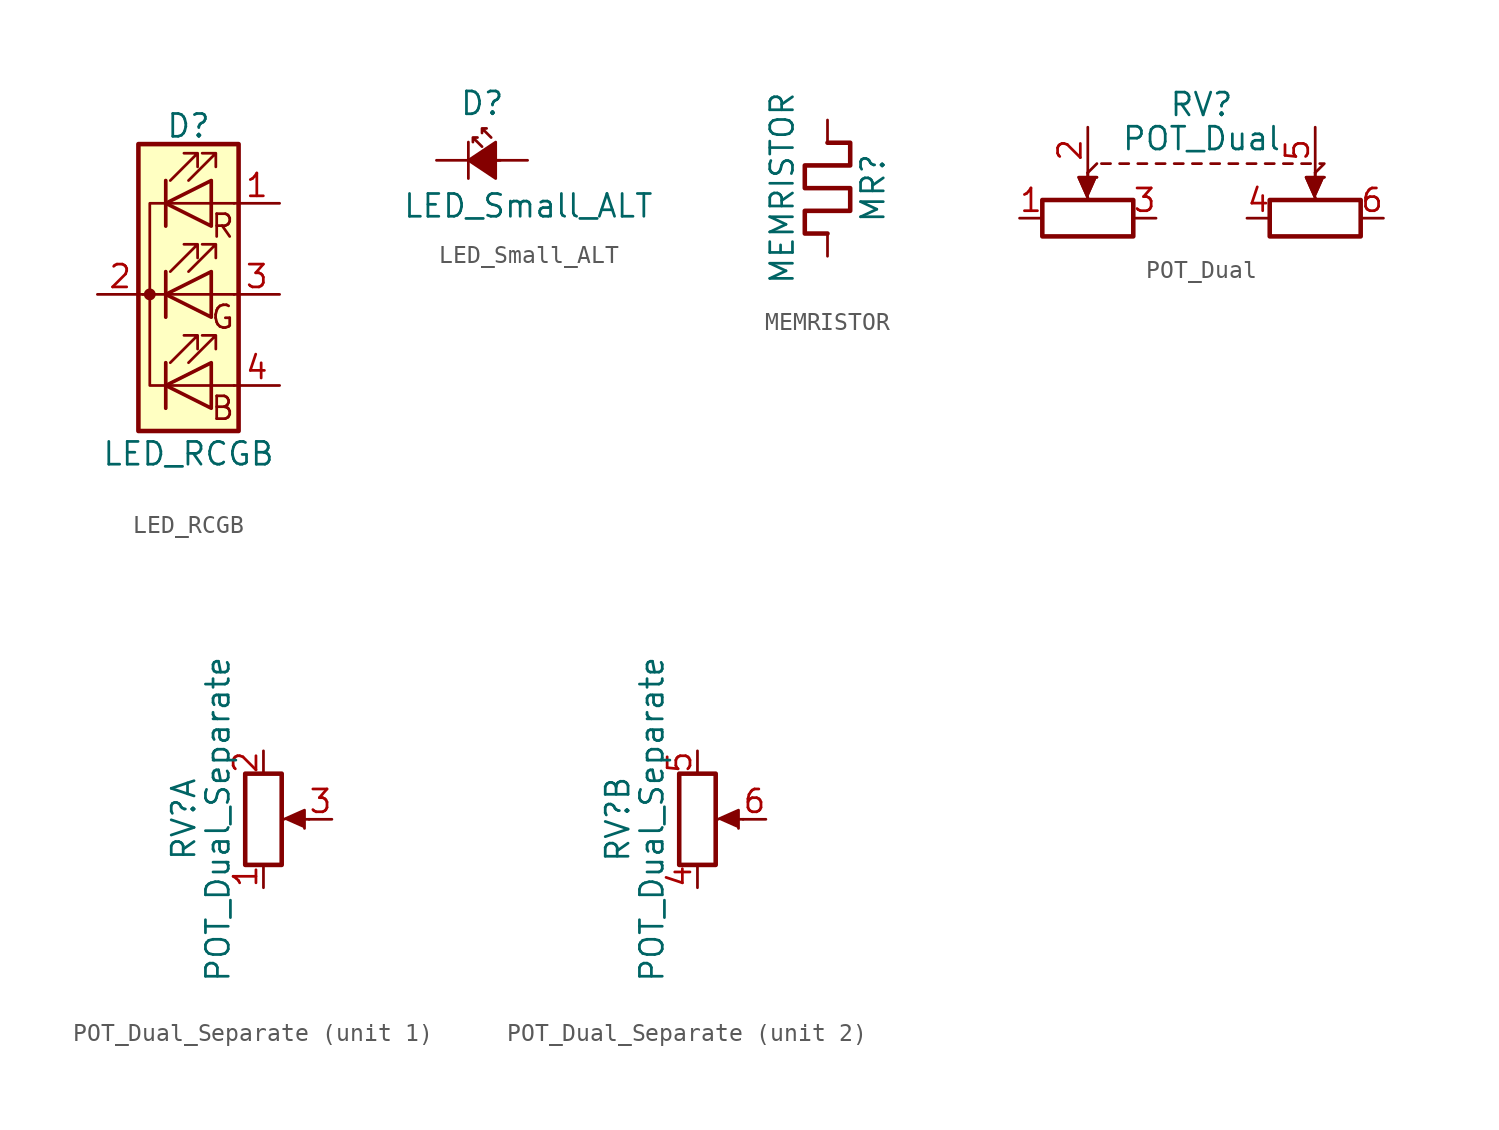
<source format=kicad_sym>
(kicad_symbol_lib
  (version 20211014)
  (generator kicad_symbol_editor)
  (symbol "LED_RCGB"
    (pin_names
      (offset 0) hide)
    (property "Reference" "D"
      (at 0 9.398 0)
      (effects (font (size 1.27 1.27))))
    (property "Value" "LED_RCGB"
      (at 0 -8.89 0)
      (effects (font (size 1.27 1.27))))
    (symbol "LED_RCGB_0_0"
      (text "B" (at 1.905 -6.35 0) (effects (font (size 1.27 1.27))))
      (text "G" (at 1.905 -1.27 0) (effects (font (size 1.27 1.27))))
      (text "R" (at 1.905 3.81 0) (effects (font (size 1.27 1.27)))))
    (symbol "LED_RCGB_0_1"
      (circle (center -2.159 0) (radius 0.254) (stroke (width 0) (type default) (color 0 0 0 0)) (fill (type outline)))
      (polyline (pts (xy -1.27 -3.81) (xy -1.27 -6.35)) (stroke (width 0) (type default) (color 0 0 0 0)) (fill (type none)))
      (polyline (pts (xy -1.27 -3.81) (xy -1.27 -6.35)) (stroke (width 0.203) (type default) (color 0 0 0 0)) (fill (type none)))
      (polyline (pts (xy -1.27 0) (xy -2.54 0)) (stroke (width 0) (type default) (color 0 0 0 0)) (fill (type none)))
      (polyline (pts (xy -1.27 0) (xy 1.27 0)) (stroke (width 0) (type default) (color 0 0 0 0)) (fill (type none)))
      (polyline (pts (xy -1.27 1.27) (xy -1.27 -1.27)) (stroke (width 0.203) (type default) (color 0 0 0 0)) (fill (type none)))
      (polyline (pts (xy -1.27 5.08) (xy 1.27 5.08)) (stroke (width 0) (type default) (color 0 0 0 0)) (fill (type none)))
      (polyline (pts (xy -1.27 6.35) (xy -1.27 3.81)) (stroke (width 0.203) (type default) (color 0 0 0 0)) (fill (type none)))
      (polyline (pts (xy 1.27 -5.08) (xy -1.27 -5.08)) (stroke (width 0) (type default) (color 0 0 0 0)) (fill (type none)))
      (polyline (pts (xy 1.27 -5.08) (xy 2.54 -5.08)) (stroke (width 0) (type default) (color 0 0 0 0)) (fill (type none)))
      (polyline (pts (xy 1.27 0) (xy 2.54 0)) (stroke (width 0) (type default) (color 0 0 0 0)) (fill (type none)))
      (polyline (pts (xy 1.27 5.08) (xy 2.54 5.08)) (stroke (width 0) (type default) (color 0 0 0 0)) (fill (type none)))
      (polyline (pts (xy -1.27 1.27) (xy -1.27 -1.27) (xy -1.27 -1.27)) (stroke (width 0) (type default) (color 0 0 0 0)) (fill (type none)))
      (polyline (pts (xy -1.27 6.35) (xy -1.27 3.81) (xy -1.27 3.81)) (stroke (width 0) (type default) (color 0 0 0 0)) (fill (type none)))
      (polyline (pts (xy -1.27 5.08) (xy -2.159 5.08) (xy -2.159 -5.08) (xy -1.016 -5.08)) (stroke (width 0) (type default) (color 0 0 0 0)) (fill (type none)))
      (polyline (pts (xy 1.27 -3.81) (xy 1.27 -6.35) (xy -1.27 -5.08) (xy 1.27 -3.81)) (stroke (width 0.203) (type default) (color 0 0 0 0)) (fill (type none)))
      (polyline (pts (xy 1.27 1.27) (xy 1.27 -1.27) (xy -1.27 0) (xy 1.27 1.27)) (stroke (width 0.203) (type default) (color 0 0 0 0)) (fill (type none)))
      (polyline (pts (xy 1.27 6.35) (xy 1.27 3.81) (xy -1.27 5.08) (xy 1.27 6.35)) (stroke (width 0.203) (type default) (color 0 0 0 0)) (fill (type none)))
      (polyline (pts (xy -1.016 -3.81) (xy 0.508 -2.286) (xy -0.254 -2.286) (xy 0.508 -2.286) (xy 0.508 -3.048)) (stroke (width 0) (type default) (color 0 0 0 0)) (fill (type none)))
      (polyline (pts (xy -1.016 1.27) (xy 0.508 2.794) (xy -0.254 2.794) (xy 0.508 2.794) (xy 0.508 2.032)) (stroke (width 0) (type default) (color 0 0 0 0)) (fill (type none)))
      (polyline (pts (xy -1.016 6.35) (xy 0.508 7.874) (xy -0.254 7.874) (xy 0.508 7.874) (xy 0.508 7.112)) (stroke (width 0) (type default) (color 0 0 0 0)) (fill (type none)))
      (polyline (pts (xy 0 -3.81) (xy 1.524 -2.286) (xy 0.762 -2.286) (xy 1.524 -2.286) (xy 1.524 -3.048)) (stroke (width 0) (type default) (color 0 0 0 0)) (fill (type none)))
      (polyline (pts (xy 0 1.27) (xy 1.524 2.794) (xy 0.762 2.794) (xy 1.524 2.794) (xy 1.524 2.032)) (stroke (width 0) (type default) (color 0 0 0 0)) (fill (type none)))
      (polyline (pts (xy 0 6.35) (xy 1.524 7.874) (xy 0.762 7.874) (xy 1.524 7.874) (xy 1.524 7.112)) (stroke (width 0) (type default) (color 0 0 0 0)) (fill (type none)))
      (rectangle (start 1.27 -1.27) (end 1.27 1.27) (stroke (width 0) (type default) (color 0 0 0 0)) (fill (type none)))
      (rectangle (start 1.27 1.27) (end 1.27 1.27) (stroke (width 0) (type default) (color 0 0 0 0)) (fill (type none)))
      (rectangle (start 1.27 3.81) (end 1.27 6.35) (stroke (width 0) (type default) (color 0 0 0 0)) (fill (type none)))
      (rectangle (start 1.27 6.35) (end 1.27 6.35) (stroke (width 0) (type default) (color 0 0 0 0)) (fill (type none)))
      (rectangle (start 2.794 8.382) (end -2.794 -7.62) (stroke (width 0.254) (type default) (color 0 0 0 0)) (fill (type background))))
    (symbol "LED_RCGB_1_1"
      (pin passive line (at 5.08 5.08 180) (length 2.54) (name "RA" (effects (font (size 1.27 1.27)))) (number "1" (effects (font (size 1.27 1.27)))))
      (pin passive line (at -5.08 0 0) (length 2.54) (name "K" (effects (font (size 1.27 1.27)))) (number "2" (effects (font (size 1.27 1.27)))))
      (pin passive line (at 5.08 0 180) (length 2.54) (name "GA" (effects (font (size 1.27 1.27)))) (number "3" (effects (font (size 1.27 1.27)))))
      (pin passive line (at 5.08 -5.08 180) (length 2.54) (name "BA" (effects (font (size 1.27 1.27)))) (number "4" (effects (font (size 1.27 1.27)))))))
  (symbol "LED_Small_ALT"
    (pin_numbers hide)
    (pin_names
      (offset 0.254) hide)
    (property "Reference" "D"
      (at -1.27 3.175 0)
      (effects (font (size 1.27 1.27)) (justify left)))
    (property "Value" "LED_Small_ALT"
      (at -4.445 -2.54 0)
      (effects (font (size 1.27 1.27)) (justify left)))
    (symbol "LED_Small_ALT_0_1"
      (polyline (pts (xy -0.762 -1.016) (xy -0.762 1.016)) (stroke (width 0) (type default) (color 0 0 0 0)) (fill (type none)))
      (polyline (pts (xy 1.016 0) (xy -0.762 0)) (stroke (width 0) (type default) (color 0 0 0 0)) (fill (type none)))
      (polyline (pts (xy 0.762 -1.016) (xy -0.762 0) (xy 0.762 1.016) (xy 0.762 -1.016)) (stroke (width 0) (type default) (color 0 0 0 0)) (fill (type outline)))
      (polyline (pts (xy 0 0.762) (xy -0.508 1.27) (xy -0.254 1.27) (xy -0.508 1.27) (xy -0.508 1.016)) (stroke (width 0) (type default) (color 0 0 0 0)) (fill (type none)))
      (polyline (pts (xy 0.508 1.27) (xy 0 1.778) (xy 0.254 1.778) (xy 0 1.778) (xy 0 1.524)) (stroke (width 0) (type default) (color 0 0 0 0)) (fill (type none))))
    (symbol "LED_Small_ALT_1_1"
      (pin passive line (at -2.54 0 0) (length 1.778) (name "K" (effects (font (size 1.27 1.27)))) (number "1" (effects (font (size 1.27 1.27)))))
      (pin passive line (at 2.54 0 180) (length 1.778) (name "A" (effects (font (size 1.27 1.27)))) (number "2" (effects (font (size 1.27 1.27)))))))
  (symbol "MEMRISTOR"
    (pin_numbers hide)
    (pin_names
      (offset 0))
    (property "Reference" "MR"
      (at 2.54 0 90)
      (effects (font (size 1.27 1.27))))
    (property "Value" "MEMRISTOR"
      (at -2.54 0 90)
      (effects (font (size 1.27 1.27))))
    (symbol "MEMRISTOR_0_0"
      (polyline (pts (xy 0 2.54) (xy 1.27 2.54) (xy 1.27 1.27) (xy -1.27 1.27) (xy -1.27 0) (xy 1.27 0) (xy 1.27 -1.27) (xy -1.27 -1.27) (xy -1.27 -2.54) (xy 0 -2.54)) (stroke (width 0.254) (type default) (color 0 0 0 0)) (fill (type none))))
    (symbol "MEMRISTOR_1_1"
      (pin passive line (at 0 3.81 270) (length 1.27) (name "~" (effects (font (size 1.27 1.27)))) (number "1" (effects (font (size 1.27 1.27)))))
      (pin passive line (at 0 -3.81 90) (length 1.27) (name "~" (effects (font (size 1.27 1.27)))) (number "2" (effects (font (size 1.27 1.27)))))))
  (symbol "POT_Dual"
    (pin_names
      (offset 1.016) hide)
    (property "Reference" "RV"
      (at 0 3.81 0)
      (effects (font (size 1.27 1.27))))
    (property "Value" "POT_Dual"
      (at 0 1.905 0)
      (effects (font (size 1.27 1.27))))
    (symbol "POT_Dual_0_1"
      (rectangle (start -8.89 -1.524) (end -3.81 -3.556) (stroke (width 0.254) (type default) (color 0 0 0 0)) (fill (type none)))
      (polyline (pts (xy -6.35 0) (xy -6.35 -1.016)) (stroke (width 0) (type default) (color 0 0 0 0)) (fill (type none)))
      (polyline (pts (xy -6.35 0) (xy -6.35 -1.016)) (stroke (width 0) (type default) (color 0 0 0 0)) (fill (type none)))
      (polyline (pts (xy -6.35 0) (xy -5.842 0.508)) (stroke (width 0) (type default) (color 0 0 0 0)) (fill (type none)))
      (polyline (pts (xy -5.588 0.508) (xy -5.08 0.508)) (stroke (width 0) (type default) (color 0 0 0 0)) (fill (type none)))
      (polyline (pts (xy -4.572 0.508) (xy -4.064 0.508)) (stroke (width 0) (type default) (color 0 0 0 0)) (fill (type none)))
      (polyline (pts (xy -3.556 0.508) (xy -3.048 0.508)) (stroke (width 0) (type default) (color 0 0 0 0)) (fill (type none)))
      (polyline (pts (xy -2.54 0.508) (xy -2.032 0.508)) (stroke (width 0) (type default) (color 0 0 0 0)) (fill (type none)))
      (polyline (pts (xy -1.524 0.508) (xy -1.016 0.508)) (stroke (width 0) (type default) (color 0 0 0 0)) (fill (type none)))
      (polyline (pts (xy -0.508 0.508) (xy 0 0.508)) (stroke (width 0) (type default) (color 0 0 0 0)) (fill (type none)))
      (polyline (pts (xy 0.508 0.508) (xy 1.016 0.508)) (stroke (width 0) (type default) (color 0 0 0 0)) (fill (type none)))
      (polyline (pts (xy 1.524 0.508) (xy 2.032 0.508)) (stroke (width 0) (type default) (color 0 0 0 0)) (fill (type none)))
      (polyline (pts (xy 2.54 0.508) (xy 3.048 0.508)) (stroke (width 0) (type default) (color 0 0 0 0)) (fill (type none)))
      (polyline (pts (xy 3.556 0.508) (xy 4.064 0.508)) (stroke (width 0) (type default) (color 0 0 0 0)) (fill (type none)))
      (polyline (pts (xy 4.572 0.508) (xy 5.08 0.508)) (stroke (width 0) (type default) (color 0 0 0 0)) (fill (type none)))
      (polyline (pts (xy 5.588 0.508) (xy 6.096 0.508)) (stroke (width 0) (type default) (color 0 0 0 0)) (fill (type none)))
      (polyline (pts (xy 6.35 0) (xy 6.35 -1.016)) (stroke (width 0) (type default) (color 0 0 0 0)) (fill (type none)))
      (polyline (pts (xy 6.35 0) (xy 6.35 -1.016)) (stroke (width 0) (type default) (color 0 0 0 0)) (fill (type none)))
      (polyline (pts (xy -6.35 -1.397) (xy -6.858 -0.254) (xy -5.842 -0.254)) (stroke (width 0) (type default) (color 0 0 0 0)) (fill (type outline)))
      (polyline (pts (xy -6.35 -1.397) (xy -6.858 -0.254) (xy -5.842 -0.254)) (stroke (width 0) (type default) (color 0 0 0 0)) (fill (type outline)))
      (polyline (pts (xy 6.35 -1.397) (xy 5.842 -0.254) (xy 6.858 -0.254)) (stroke (width 0) (type default) (color 0 0 0 0)) (fill (type outline)))
      (polyline (pts (xy 6.35 -1.397) (xy 5.842 -0.254) (xy 6.858 -0.254)) (stroke (width 0) (type default) (color 0 0 0 0)) (fill (type outline)))
      (polyline (pts (xy 6.604 0.508) (xy 6.858 0.508) (xy 6.35 0)) (stroke (width 0) (type default) (color 0 0 0 0)) (fill (type none)))
      (rectangle (start 3.81 -1.524) (end 8.89 -3.556) (stroke (width 0.254) (type default) (color 0 0 0 0)) (fill (type none))))
    (symbol "POT_Dual_1_1"
      (pin passive line (at -10.16 -2.54 0) (length 1.27) (name "1" (effects (font (size 1.27 1.27)))) (number "1" (effects (font (size 1.27 1.27)))))
      (pin passive line (at -6.35 2.54 270) (length 2.54) (name "2" (effects (font (size 1.27 1.27)))) (number "2" (effects (font (size 1.27 1.27)))))
      (pin passive line (at -2.54 -2.54 180) (length 1.27) (name "3" (effects (font (size 1.27 1.27)))) (number "3" (effects (font (size 1.27 1.27)))))
      (pin passive line (at 2.54 -2.54 0) (length 1.27) (name "4" (effects (font (size 1.27 1.27)))) (number "4" (effects (font (size 1.27 1.27)))))
      (pin passive line (at 6.35 2.54 270) (length 2.54) (name "5" (effects (font (size 1.27 1.27)))) (number "5" (effects (font (size 1.27 1.27)))))
      (pin passive line (at 10.16 -2.54 180) (length 1.27) (name "6" (effects (font (size 1.27 1.27)))) (number "6" (effects (font (size 1.27 1.27)))))))
  (symbol "POT_Dual_Separate"
    (pin_names
      (offset 1.016) hide)
    (property "Reference" "RV"
      (at -4.445 0 90)
      (effects (font (size 1.27 1.27))))
    (property "Value" "POT_Dual_Separate"
      (at -2.54 0 90)
      (effects (font (size 1.27 1.27))))
    (symbol "POT_Dual_Separate_0_1"
      (polyline (pts (xy 2.54 0) (xy 1.524 0)) (stroke (width 0) (type default) (color 0 0 0 0)) (fill (type none)))
      (polyline (pts (xy 1.143 0) (xy 2.286 0.508) (xy 2.286 -0.508)) (stroke (width 0) (type default) (color 0 0 0 0)) (fill (type outline)))
      (rectangle (start 1.016 2.54) (end -1.016 -2.54) (stroke (width 0.254) (type default) (color 0 0 0 0)) (fill (type none))))
    (symbol "POT_Dual_Separate_1_1"
      (pin passive line (at 0 -3.81 90) (length 1.27) (name "4" (effects (font (size 1.27 1.27)))) (number "1" (effects (font (size 1.27 1.27)))))
      (pin passive line (at 0 3.81 270) (length 1.27) (name "5" (effects (font (size 1.27 1.27)))) (number "2" (effects (font (size 1.27 1.27)))))
      (pin passive line (at 3.81 0 180) (length 1.27) (name "6" (effects (font (size 1.27 1.27)))) (number "3" (effects (font (size 1.27 1.27))))))
    (symbol "POT_Dual_Separate_2_1"
      (pin passive line (at 0 -3.81 90) (length 1.27) (name "4" (effects (font (size 1.27 1.27)))) (number "4" (effects (font (size 1.27 1.27)))))
      (pin passive line (at 0 3.81 270) (length 1.27) (name "5" (effects (font (size 1.27 1.27)))) (number "5" (effects (font (size 1.27 1.27)))))
      (pin passive line (at 3.81 0 180) (length 1.27) (name "6" (effects (font (size 1.27 1.27)))) (number "6" (effects (font (size 1.27 1.27))))))))
</source>
